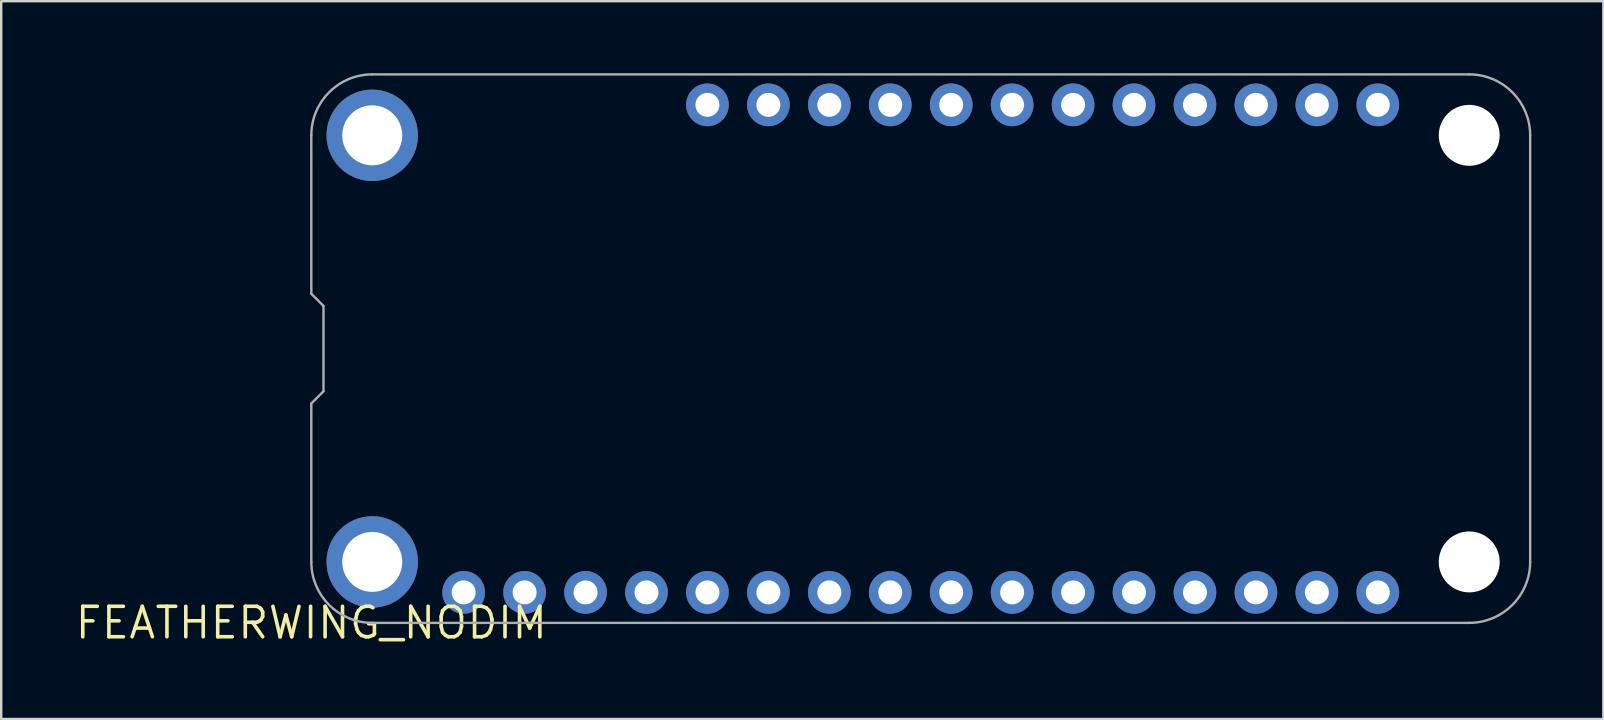
<source format=kicad_pcb>
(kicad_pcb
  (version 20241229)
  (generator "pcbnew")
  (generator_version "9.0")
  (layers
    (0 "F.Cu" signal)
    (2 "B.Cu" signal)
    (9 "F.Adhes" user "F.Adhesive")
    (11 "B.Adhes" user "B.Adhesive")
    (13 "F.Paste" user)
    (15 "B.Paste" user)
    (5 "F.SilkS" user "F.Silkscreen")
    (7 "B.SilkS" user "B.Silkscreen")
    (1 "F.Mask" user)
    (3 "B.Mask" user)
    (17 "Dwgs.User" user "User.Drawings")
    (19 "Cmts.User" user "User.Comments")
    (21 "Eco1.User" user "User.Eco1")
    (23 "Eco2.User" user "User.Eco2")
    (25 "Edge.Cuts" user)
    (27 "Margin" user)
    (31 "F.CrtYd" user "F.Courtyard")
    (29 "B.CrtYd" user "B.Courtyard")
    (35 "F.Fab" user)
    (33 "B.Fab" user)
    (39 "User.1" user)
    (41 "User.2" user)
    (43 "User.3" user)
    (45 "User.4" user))
  (footprint "FEATHERWING_NODIM"
    (layer "F.Cu")
    (at 9.925 22.91)
    (property "Reference" "FEATHERWING_NODIM" (at 0 0 0) (layer "F.SilkS") (effects (font (size 1.27 1.27) (thickness 0.15))))
    (attr through_hole)
    (fp_line (start 0 -20.32) (end 0 -13.716) (stroke (width 0.1) (type solid)) (layer "F.Fab"))
    (fp_line (start 0 -13.716) (end 0.508 -13.208) (stroke (width 0.1) (type solid)) (layer "F.Fab"))
    (fp_line (start 0 -9.144) (end 0 -2.54) (stroke (width 0.1) (type solid)) (layer "F.Fab"))
    (fp_line (start 0.508 -13.208) (end 0.508 -9.652) (stroke (width 0.1) (type solid)) (layer "F.Fab"))
    (fp_line (start 0.508 -9.652) (end 0 -9.144) (stroke (width 0.1) (type solid)) (layer "F.Fab"))
    (fp_line (start 2.54 0) (end 48.26 0) (stroke (width 0.1) (type solid)) (layer "F.Fab"))
    (fp_line (start 48.26 -22.86) (end 2.54 -22.86) (stroke (width 0.1) (type solid)) (layer "F.Fab"))
    (fp_line (start 50.8 -2.54) (end 50.8 -20.32) (stroke (width 0.1) (type solid)) (layer "F.Fab"))
    (fp_arc (start 0 -20.32) (mid 0.743949 -22.116051) (end 2.54 -22.86) (stroke (width 0.1) (type solid)) (layer "F.Fab"))
    (fp_arc (start 2.54 0) (mid 0.743949 -0.743949) (end 0 -2.54) (stroke (width 0.1) (type solid)) (layer "F.Fab"))
    (fp_arc (start 48.26 -22.86) (mid 50.056051 -22.116051) (end 50.8 -20.32) (stroke (width 0.1) (type solid)) (layer "F.Fab"))
    (fp_arc (start 50.8 -2.54) (mid 50.056051 -0.743949) (end 48.26 0) (stroke (width 0.1) (type solid)) (layer "F.Fab"))
    (pad "" np_thru_hole circle (at 48.26 -20.32) (size 2.54 2.54) (drill 2.54) (layers "*.Cu" "*.Mask"))
    (pad "" np_thru_hole circle (at 48.26 -2.54) (size 2.54 2.54) (drill 2.54) (layers "*.Cu" "*.Mask"))
    (pad "1" thru_hole circle (at 6.35 -1.27) (size 1.778 1.778) (drill 1) (layers "*.Cu" "*.Mask"))
    (pad "2" thru_hole circle (at 8.89 -1.27) (size 1.778 1.778) (drill 1) (layers "*.Cu" "*.Mask"))
    (pad "3" thru_hole circle (at 11.43 -1.27) (size 1.778 1.778) (drill 1) (layers "*.Cu" "*.Mask"))
    (pad "4" thru_hole circle (at 13.97 -1.27) (size 1.778 1.778) (drill 1) (layers "*.Cu" "*.Mask"))
    (pad "5" thru_hole circle (at 16.51 -1.27) (size 1.778 1.778) (drill 1) (layers "*.Cu" "*.Mask"))
    (pad "6" thru_hole circle (at 19.05 -1.27) (size 1.778 1.778) (drill 1) (layers "*.Cu" "*.Mask"))
    (pad "7" thru_hole circle (at 21.59 -1.27) (size 1.778 1.778) (drill 1) (layers "*.Cu" "*.Mask"))
    (pad "8" thru_hole circle (at 24.13 -1.27) (size 1.778 1.778) (drill 1) (layers "*.Cu" "*.Mask"))
    (pad "9" thru_hole circle (at 26.67 -1.27) (size 1.778 1.778) (drill 1) (layers "*.Cu" "*.Mask"))
    (pad "10" thru_hole circle (at 29.21 -1.27) (size 1.778 1.778) (drill 1) (layers "*.Cu" "*.Mask"))
    (pad "11" thru_hole circle (at 31.75 -1.27) (size 1.778 1.778) (drill 1) (layers "*.Cu" "*.Mask"))
    (pad "12" thru_hole circle (at 34.29 -1.27) (size 1.778 1.778) (drill 1) (layers "*.Cu" "*.Mask"))
    (pad "13" thru_hole circle (at 36.83 -1.27) (size 1.778 1.778) (drill 1) (layers "*.Cu" "*.Mask"))
    (pad "14" thru_hole circle (at 39.37 -1.27) (size 1.778 1.778) (drill 1) (layers "*.Cu" "*.Mask"))
    (pad "15" thru_hole circle (at 41.91 -1.27) (size 1.778 1.778) (drill 1) (layers "*.Cu" "*.Mask"))
    (pad "16" thru_hole circle (at 44.45 -1.27) (size 1.778 1.778) (drill 1) (layers "*.Cu" "*.Mask"))
    (pad "17" thru_hole circle (at 44.45 -21.59) (size 1.778 1.778) (drill 1) (layers "*.Cu" "*.Mask"))
    (pad "18" thru_hole circle (at 41.91 -21.59) (size 1.778 1.778) (drill 1) (layers "*.Cu" "*.Mask"))
    (pad "19" thru_hole circle (at 39.37 -21.59) (size 1.778 1.778) (drill 1) (layers "*.Cu" "*.Mask"))
    (pad "20" thru_hole circle (at 36.83 -21.59) (size 1.778 1.778) (drill 1) (layers "*.Cu" "*.Mask"))
    (pad "21" thru_hole circle (at 34.29 -21.59) (size 1.778 1.778) (drill 1) (layers "*.Cu" "*.Mask"))
    (pad "22" thru_hole circle (at 31.75 -21.59) (size 1.778 1.778) (drill 1) (layers "*.Cu" "*.Mask"))
    (pad "23" thru_hole circle (at 29.21 -21.59) (size 1.778 1.778) (drill 1) (layers "*.Cu" "*.Mask"))
    (pad "24" thru_hole circle (at 26.67 -21.59) (size 1.778 1.778) (drill 1) (layers "*.Cu" "*.Mask"))
    (pad "25" thru_hole circle (at 24.13 -21.59) (size 1.778 1.778) (drill 1) (layers "*.Cu" "*.Mask"))
    (pad "26" thru_hole circle (at 21.59 -21.59) (size 1.778 1.778) (drill 1) (layers "*.Cu" "*.Mask"))
    (pad "27" thru_hole circle (at 19.05 -21.59) (size 1.778 1.778) (drill 1) (layers "*.Cu" "*.Mask"))
    (pad "28" thru_hole circle (at 16.51 -21.59) (size 1.778 1.778) (drill 1) (layers "*.Cu" "*.Mask"))
    (pad "P$1" thru_hole circle (at 2.54 -20.32) (size 3.81 3.81) (drill 2.5) (layers "*.Cu" "*.Mask"))
    (pad "P$2" thru_hole circle (at 2.54 -2.54) (size 3.81 3.81) (drill 2.5) (layers "*.Cu" "*.Mask")))
  (gr_rect
    (start -3 -3)
    (end 63.775 26.916)
    (stroke (width 0.1) (type default))
    (fill no)
    (layer "Edge.Cuts")))
</source>
